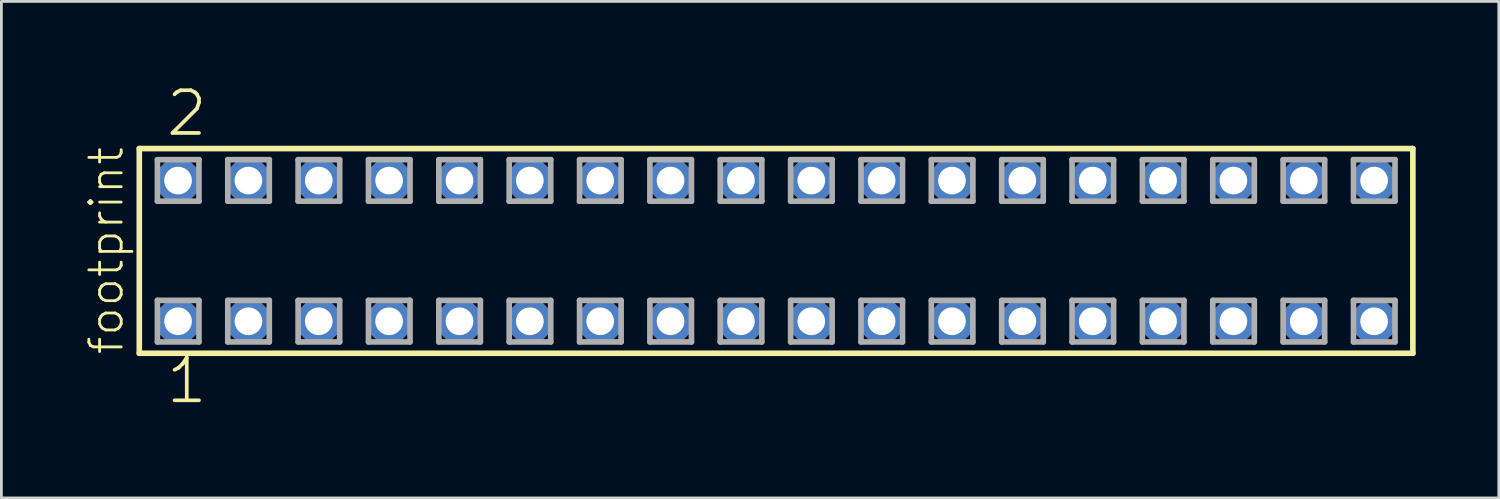
<source format=kicad_pcb>
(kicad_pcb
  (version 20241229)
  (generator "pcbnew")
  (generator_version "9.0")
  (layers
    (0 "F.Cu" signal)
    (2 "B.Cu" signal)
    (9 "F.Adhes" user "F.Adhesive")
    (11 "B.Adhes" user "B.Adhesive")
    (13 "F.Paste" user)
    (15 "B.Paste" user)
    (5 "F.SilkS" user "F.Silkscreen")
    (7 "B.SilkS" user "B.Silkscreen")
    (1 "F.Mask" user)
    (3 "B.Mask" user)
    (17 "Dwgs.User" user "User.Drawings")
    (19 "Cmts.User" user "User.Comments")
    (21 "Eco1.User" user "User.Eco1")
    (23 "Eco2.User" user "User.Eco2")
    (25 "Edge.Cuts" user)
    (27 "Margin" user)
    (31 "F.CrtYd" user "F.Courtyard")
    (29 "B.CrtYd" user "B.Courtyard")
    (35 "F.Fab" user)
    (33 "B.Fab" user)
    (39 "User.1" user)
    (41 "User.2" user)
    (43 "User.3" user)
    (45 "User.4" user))
  (footprint "footprint"
    (layer "F.Cu")
    (at 24.968 6.009)
    (property "Reference" "footprint" (at -23.495 3.81 90) (layer "F.SilkS") (effects (font (size 1.168 1.168) (thickness 0.102)) (justify left bottom)))
    (fp_line (start -22.989 -3.695) (end 22.989 -3.695) (stroke (width 0.203) (type solid)) (layer "F.SilkS"))
    (fp_line (start -22.989 3.695) (end -22.989 -3.695) (stroke (width 0.203) (type solid)) (layer "F.SilkS"))
    (fp_line (start 22.989 -3.695) (end 22.989 3.695) (stroke (width 0.203) (type solid)) (layer "F.SilkS"))
    (fp_line (start 22.989 3.695) (end -22.989 3.695) (stroke (width 0.203) (type solid)) (layer "F.SilkS"))
    (fp_line (start -22.335 -3.295) (end -20.835 -3.295) (stroke (width 0.203) (type solid)) (layer "F.Fab"))
    (fp_line (start -22.335 -1.795) (end -22.335 -3.295) (stroke (width 0.203) (type solid)) (layer "F.Fab"))
    (fp_line (start -22.335 1.785) (end -20.835 1.785) (stroke (width 0.203) (type solid)) (layer "F.Fab"))
    (fp_line (start -22.335 3.285) (end -22.335 1.785) (stroke (width 0.203) (type solid)) (layer "F.Fab"))
    (fp_line (start -20.835 -3.295) (end -20.835 -1.795) (stroke (width 0.203) (type solid)) (layer "F.Fab"))
    (fp_line (start -20.835 -1.795) (end -22.335 -1.795) (stroke (width 0.203) (type solid)) (layer "F.Fab"))
    (fp_line (start -20.835 1.785) (end -20.835 3.285) (stroke (width 0.203) (type solid)) (layer "F.Fab"))
    (fp_line (start -20.835 3.285) (end -22.335 3.285) (stroke (width 0.203) (type solid)) (layer "F.Fab"))
    (fp_line (start -19.795 -3.295) (end -18.295 -3.295) (stroke (width 0.203) (type solid)) (layer "F.Fab"))
    (fp_line (start -19.795 -1.795) (end -19.795 -3.295) (stroke (width 0.203) (type solid)) (layer "F.Fab"))
    (fp_line (start -19.795 1.785) (end -18.295 1.785) (stroke (width 0.203) (type solid)) (layer "F.Fab"))
    (fp_line (start -19.795 3.285) (end -19.795 1.785) (stroke (width 0.203) (type solid)) (layer "F.Fab"))
    (fp_line (start -18.295 -3.295) (end -18.295 -1.795) (stroke (width 0.203) (type solid)) (layer "F.Fab"))
    (fp_line (start -18.295 -1.795) (end -19.795 -1.795) (stroke (width 0.203) (type solid)) (layer "F.Fab"))
    (fp_line (start -18.295 1.785) (end -18.295 3.285) (stroke (width 0.203) (type solid)) (layer "F.Fab"))
    (fp_line (start -18.295 3.285) (end -19.795 3.285) (stroke (width 0.203) (type solid)) (layer "F.Fab"))
    (fp_line (start -17.255 -3.295) (end -15.755 -3.295) (stroke (width 0.203) (type solid)) (layer "F.Fab"))
    (fp_line (start -17.255 -1.795) (end -17.255 -3.295) (stroke (width 0.203) (type solid)) (layer "F.Fab"))
    (fp_line (start -17.255 1.785) (end -15.755 1.785) (stroke (width 0.203) (type solid)) (layer "F.Fab"))
    (fp_line (start -17.255 3.285) (end -17.255 1.785) (stroke (width 0.203) (type solid)) (layer "F.Fab"))
    (fp_line (start -15.755 -3.295) (end -15.755 -1.795) (stroke (width 0.203) (type solid)) (layer "F.Fab"))
    (fp_line (start -15.755 -1.795) (end -17.255 -1.795) (stroke (width 0.203) (type solid)) (layer "F.Fab"))
    (fp_line (start -15.755 1.785) (end -15.755 3.285) (stroke (width 0.203) (type solid)) (layer "F.Fab"))
    (fp_line (start -15.755 3.285) (end -17.255 3.285) (stroke (width 0.203) (type solid)) (layer "F.Fab"))
    (fp_line (start -14.715 -3.295) (end -13.215 -3.295) (stroke (width 0.203) (type solid)) (layer "F.Fab"))
    (fp_line (start -14.715 -1.795) (end -14.715 -3.295) (stroke (width 0.203) (type solid)) (layer "F.Fab"))
    (fp_line (start -14.715 1.785) (end -13.215 1.785) (stroke (width 0.203) (type solid)) (layer "F.Fab"))
    (fp_line (start -14.715 3.285) (end -14.715 1.785) (stroke (width 0.203) (type solid)) (layer "F.Fab"))
    (fp_line (start -13.215 -3.295) (end -13.215 -1.795) (stroke (width 0.203) (type solid)) (layer "F.Fab"))
    (fp_line (start -13.215 -1.795) (end -14.715 -1.795) (stroke (width 0.203) (type solid)) (layer "F.Fab"))
    (fp_line (start -13.215 1.785) (end -13.215 3.285) (stroke (width 0.203) (type solid)) (layer "F.Fab"))
    (fp_line (start -13.215 3.285) (end -14.715 3.285) (stroke (width 0.203) (type solid)) (layer "F.Fab"))
    (fp_line (start -12.175 -3.295) (end -10.675 -3.295) (stroke (width 0.203) (type solid)) (layer "F.Fab"))
    (fp_line (start -12.175 -1.795) (end -12.175 -3.295) (stroke (width 0.203) (type solid)) (layer "F.Fab"))
    (fp_line (start -12.175 1.785) (end -10.675 1.785) (stroke (width 0.203) (type solid)) (layer "F.Fab"))
    (fp_line (start -12.175 3.285) (end -12.175 1.785) (stroke (width 0.203) (type solid)) (layer "F.Fab"))
    (fp_line (start -10.675 -3.295) (end -10.675 -1.795) (stroke (width 0.203) (type solid)) (layer "F.Fab"))
    (fp_line (start -10.675 -1.795) (end -12.175 -1.795) (stroke (width 0.203) (type solid)) (layer "F.Fab"))
    (fp_line (start -10.675 1.785) (end -10.675 3.285) (stroke (width 0.203) (type solid)) (layer "F.Fab"))
    (fp_line (start -10.675 3.285) (end -12.175 3.285) (stroke (width 0.203) (type solid)) (layer "F.Fab"))
    (fp_line (start -9.635 -3.295) (end -8.135 -3.295) (stroke (width 0.203) (type solid)) (layer "F.Fab"))
    (fp_line (start -9.635 -1.795) (end -9.635 -3.295) (stroke (width 0.203) (type solid)) (layer "F.Fab"))
    (fp_line (start -9.635 1.785) (end -8.135 1.785) (stroke (width 0.203) (type solid)) (layer "F.Fab"))
    (fp_line (start -9.635 3.285) (end -9.635 1.785) (stroke (width 0.203) (type solid)) (layer "F.Fab"))
    (fp_line (start -8.135 -3.295) (end -8.135 -1.795) (stroke (width 0.203) (type solid)) (layer "F.Fab"))
    (fp_line (start -8.135 -1.795) (end -9.635 -1.795) (stroke (width 0.203) (type solid)) (layer "F.Fab"))
    (fp_line (start -8.135 1.785) (end -8.135 3.285) (stroke (width 0.203) (type solid)) (layer "F.Fab"))
    (fp_line (start -8.135 3.285) (end -9.635 3.285) (stroke (width 0.203) (type solid)) (layer "F.Fab"))
    (fp_line (start -7.095 -3.295) (end -5.595 -3.295) (stroke (width 0.203) (type solid)) (layer "F.Fab"))
    (fp_line (start -7.095 -1.795) (end -7.095 -3.295) (stroke (width 0.203) (type solid)) (layer "F.Fab"))
    (fp_line (start -7.095 1.785) (end -5.595 1.785) (stroke (width 0.203) (type solid)) (layer "F.Fab"))
    (fp_line (start -7.095 3.285) (end -7.095 1.785) (stroke (width 0.203) (type solid)) (layer "F.Fab"))
    (fp_line (start -5.595 -3.295) (end -5.595 -1.795) (stroke (width 0.203) (type solid)) (layer "F.Fab"))
    (fp_line (start -5.595 -1.795) (end -7.095 -1.795) (stroke (width 0.203) (type solid)) (layer "F.Fab"))
    (fp_line (start -5.595 1.785) (end -5.595 3.285) (stroke (width 0.203) (type solid)) (layer "F.Fab"))
    (fp_line (start -5.595 3.285) (end -7.095 3.285) (stroke (width 0.203) (type solid)) (layer "F.Fab"))
    (fp_line (start -4.555 -3.295) (end -3.055 -3.295) (stroke (width 0.203) (type solid)) (layer "F.Fab"))
    (fp_line (start -4.555 -1.795) (end -4.555 -3.295) (stroke (width 0.203) (type solid)) (layer "F.Fab"))
    (fp_line (start -4.555 1.785) (end -3.055 1.785) (stroke (width 0.203) (type solid)) (layer "F.Fab"))
    (fp_line (start -4.555 3.285) (end -4.555 1.785) (stroke (width 0.203) (type solid)) (layer "F.Fab"))
    (fp_line (start -3.055 -3.295) (end -3.055 -1.795) (stroke (width 0.203) (type solid)) (layer "F.Fab"))
    (fp_line (start -3.055 -1.795) (end -4.555 -1.795) (stroke (width 0.203) (type solid)) (layer "F.Fab"))
    (fp_line (start -3.055 1.785) (end -3.055 3.285) (stroke (width 0.203) (type solid)) (layer "F.Fab"))
    (fp_line (start -3.055 3.285) (end -4.555 3.285) (stroke (width 0.203) (type solid)) (layer "F.Fab"))
    (fp_line (start -2.015 -3.295) (end -0.515 -3.295) (stroke (width 0.203) (type solid)) (layer "F.Fab"))
    (fp_line (start -2.015 -1.795) (end -2.015 -3.295) (stroke (width 0.203) (type solid)) (layer "F.Fab"))
    (fp_line (start -2.015 1.785) (end -0.515 1.785) (stroke (width 0.203) (type solid)) (layer "F.Fab"))
    (fp_line (start -2.015 3.285) (end -2.015 1.785) (stroke (width 0.203) (type solid)) (layer "F.Fab"))
    (fp_line (start -0.515 -3.295) (end -0.515 -1.795) (stroke (width 0.203) (type solid)) (layer "F.Fab"))
    (fp_line (start -0.515 -1.795) (end -2.015 -1.795) (stroke (width 0.203) (type solid)) (layer "F.Fab"))
    (fp_line (start -0.515 1.785) (end -0.515 3.285) (stroke (width 0.203) (type solid)) (layer "F.Fab"))
    (fp_line (start -0.515 3.285) (end -2.015 3.285) (stroke (width 0.203) (type solid)) (layer "F.Fab"))
    (fp_line (start 0.525 -3.295) (end 2.025 -3.295) (stroke (width 0.203) (type solid)) (layer "F.Fab"))
    (fp_line (start 0.525 -1.795) (end 0.525 -3.295) (stroke (width 0.203) (type solid)) (layer "F.Fab"))
    (fp_line (start 0.525 1.785) (end 2.025 1.785) (stroke (width 0.203) (type solid)) (layer "F.Fab"))
    (fp_line (start 0.525 3.285) (end 0.525 1.785) (stroke (width 0.203) (type solid)) (layer "F.Fab"))
    (fp_line (start 2.025 -3.295) (end 2.025 -1.795) (stroke (width 0.203) (type solid)) (layer "F.Fab"))
    (fp_line (start 2.025 -1.795) (end 0.525 -1.795) (stroke (width 0.203) (type solid)) (layer "F.Fab"))
    (fp_line (start 2.025 1.785) (end 2.025 3.285) (stroke (width 0.203) (type solid)) (layer "F.Fab"))
    (fp_line (start 2.025 3.285) (end 0.525 3.285) (stroke (width 0.203) (type solid)) (layer "F.Fab"))
    (fp_line (start 3.065 -3.295) (end 4.565 -3.295) (stroke (width 0.203) (type solid)) (layer "F.Fab"))
    (fp_line (start 3.065 -1.795) (end 3.065 -3.295) (stroke (width 0.203) (type solid)) (layer "F.Fab"))
    (fp_line (start 3.065 1.785) (end 4.565 1.785) (stroke (width 0.203) (type solid)) (layer "F.Fab"))
    (fp_line (start 3.065 3.285) (end 3.065 1.785) (stroke (width 0.203) (type solid)) (layer "F.Fab"))
    (fp_line (start 4.565 -3.295) (end 4.565 -1.795) (stroke (width 0.203) (type solid)) (layer "F.Fab"))
    (fp_line (start 4.565 -1.795) (end 3.065 -1.795) (stroke (width 0.203) (type solid)) (layer "F.Fab"))
    (fp_line (start 4.565 1.785) (end 4.565 3.285) (stroke (width 0.203) (type solid)) (layer "F.Fab"))
    (fp_line (start 4.565 3.285) (end 3.065 3.285) (stroke (width 0.203) (type solid)) (layer "F.Fab"))
    (fp_line (start 5.605 -3.295) (end 7.105 -3.295) (stroke (width 0.203) (type solid)) (layer "F.Fab"))
    (fp_line (start 5.605 -1.795) (end 5.605 -3.295) (stroke (width 0.203) (type solid)) (layer "F.Fab"))
    (fp_line (start 5.605 1.785) (end 7.105 1.785) (stroke (width 0.203) (type solid)) (layer "F.Fab"))
    (fp_line (start 5.605 3.285) (end 5.605 1.785) (stroke (width 0.203) (type solid)) (layer "F.Fab"))
    (fp_line (start 7.105 -3.295) (end 7.105 -1.795) (stroke (width 0.203) (type solid)) (layer "F.Fab"))
    (fp_line (start 7.105 -1.795) (end 5.605 -1.795) (stroke (width 0.203) (type solid)) (layer "F.Fab"))
    (fp_line (start 7.105 1.785) (end 7.105 3.285) (stroke (width 0.203) (type solid)) (layer "F.Fab"))
    (fp_line (start 7.105 3.285) (end 5.605 3.285) (stroke (width 0.203) (type solid)) (layer "F.Fab"))
    (fp_line (start 8.145 -3.295) (end 9.645 -3.295) (stroke (width 0.203) (type solid)) (layer "F.Fab"))
    (fp_line (start 8.145 -1.795) (end 8.145 -3.295) (stroke (width 0.203) (type solid)) (layer "F.Fab"))
    (fp_line (start 8.145 1.785) (end 9.645 1.785) (stroke (width 0.203) (type solid)) (layer "F.Fab"))
    (fp_line (start 8.145 3.285) (end 8.145 1.785) (stroke (width 0.203) (type solid)) (layer "F.Fab"))
    (fp_line (start 9.645 -3.295) (end 9.645 -1.795) (stroke (width 0.203) (type solid)) (layer "F.Fab"))
    (fp_line (start 9.645 -1.795) (end 8.145 -1.795) (stroke (width 0.203) (type solid)) (layer "F.Fab"))
    (fp_line (start 9.645 1.785) (end 9.645 3.285) (stroke (width 0.203) (type solid)) (layer "F.Fab"))
    (fp_line (start 9.645 3.285) (end 8.145 3.285) (stroke (width 0.203) (type solid)) (layer "F.Fab"))
    (fp_line (start 10.685 -3.295) (end 12.185 -3.295) (stroke (width 0.203) (type solid)) (layer "F.Fab"))
    (fp_line (start 10.685 -1.795) (end 10.685 -3.295) (stroke (width 0.203) (type solid)) (layer "F.Fab"))
    (fp_line (start 10.685 1.785) (end 12.185 1.785) (stroke (width 0.203) (type solid)) (layer "F.Fab"))
    (fp_line (start 10.685 3.285) (end 10.685 1.785) (stroke (width 0.203) (type solid)) (layer "F.Fab"))
    (fp_line (start 12.185 -3.295) (end 12.185 -1.795) (stroke (width 0.203) (type solid)) (layer "F.Fab"))
    (fp_line (start 12.185 -1.795) (end 10.685 -1.795) (stroke (width 0.203) (type solid)) (layer "F.Fab"))
    (fp_line (start 12.185 1.785) (end 12.185 3.285) (stroke (width 0.203) (type solid)) (layer "F.Fab"))
    (fp_line (start 12.185 3.285) (end 10.685 3.285) (stroke (width 0.203) (type solid)) (layer "F.Fab"))
    (fp_line (start 13.225 -3.295) (end 14.725 -3.295) (stroke (width 0.203) (type solid)) (layer "F.Fab"))
    (fp_line (start 13.225 -1.795) (end 13.225 -3.295) (stroke (width 0.203) (type solid)) (layer "F.Fab"))
    (fp_line (start 13.225 1.785) (end 14.725 1.785) (stroke (width 0.203) (type solid)) (layer "F.Fab"))
    (fp_line (start 13.225 3.285) (end 13.225 1.785) (stroke (width 0.203) (type solid)) (layer "F.Fab"))
    (fp_line (start 14.725 -3.295) (end 14.725 -1.795) (stroke (width 0.203) (type solid)) (layer "F.Fab"))
    (fp_line (start 14.725 -1.795) (end 13.225 -1.795) (stroke (width 0.203) (type solid)) (layer "F.Fab"))
    (fp_line (start 14.725 1.785) (end 14.725 3.285) (stroke (width 0.203) (type solid)) (layer "F.Fab"))
    (fp_line (start 14.725 3.285) (end 13.225 3.285) (stroke (width 0.203) (type solid)) (layer "F.Fab"))
    (fp_line (start 15.765 -3.295) (end 17.265 -3.295) (stroke (width 0.203) (type solid)) (layer "F.Fab"))
    (fp_line (start 15.765 -1.795) (end 15.765 -3.295) (stroke (width 0.203) (type solid)) (layer "F.Fab"))
    (fp_line (start 15.765 1.785) (end 17.265 1.785) (stroke (width 0.203) (type solid)) (layer "F.Fab"))
    (fp_line (start 15.765 3.285) (end 15.765 1.785) (stroke (width 0.203) (type solid)) (layer "F.Fab"))
    (fp_line (start 17.265 -3.295) (end 17.265 -1.795) (stroke (width 0.203) (type solid)) (layer "F.Fab"))
    (fp_line (start 17.265 -1.795) (end 15.765 -1.795) (stroke (width 0.203) (type solid)) (layer "F.Fab"))
    (fp_line (start 17.265 1.785) (end 17.265 3.285) (stroke (width 0.203) (type solid)) (layer "F.Fab"))
    (fp_line (start 17.265 3.285) (end 15.765 3.285) (stroke (width 0.203) (type solid)) (layer "F.Fab"))
    (fp_line (start 18.305 -3.295) (end 19.805 -3.295) (stroke (width 0.203) (type solid)) (layer "F.Fab"))
    (fp_line (start 18.305 -1.795) (end 18.305 -3.295) (stroke (width 0.203) (type solid)) (layer "F.Fab"))
    (fp_line (start 18.305 1.785) (end 19.805 1.785) (stroke (width 0.203) (type solid)) (layer "F.Fab"))
    (fp_line (start 18.305 3.285) (end 18.305 1.785) (stroke (width 0.203) (type solid)) (layer "F.Fab"))
    (fp_line (start 19.805 -3.295) (end 19.805 -1.795) (stroke (width 0.203) (type solid)) (layer "F.Fab"))
    (fp_line (start 19.805 -1.795) (end 18.305 -1.795) (stroke (width 0.203) (type solid)) (layer "F.Fab"))
    (fp_line (start 19.805 1.785) (end 19.805 3.285) (stroke (width 0.203) (type solid)) (layer "F.Fab"))
    (fp_line (start 19.805 3.285) (end 18.305 3.285) (stroke (width 0.203) (type solid)) (layer "F.Fab"))
    (fp_line (start 20.845 -3.295) (end 22.345 -3.295) (stroke (width 0.203) (type solid)) (layer "F.Fab"))
    (fp_line (start 20.845 -1.795) (end 20.845 -3.295) (stroke (width 0.203) (type solid)) (layer "F.Fab"))
    (fp_line (start 20.845 1.785) (end 22.345 1.785) (stroke (width 0.203) (type solid)) (layer "F.Fab"))
    (fp_line (start 20.845 3.285) (end 20.845 1.785) (stroke (width 0.203) (type solid)) (layer "F.Fab"))
    (fp_line (start 22.345 -3.295) (end 22.345 -1.795) (stroke (width 0.203) (type solid)) (layer "F.Fab"))
    (fp_line (start 22.345 -1.795) (end 20.845 -1.795) (stroke (width 0.203) (type solid)) (layer "F.Fab"))
    (fp_line (start 22.345 1.785) (end 22.345 3.285) (stroke (width 0.203) (type solid)) (layer "F.Fab"))
    (fp_line (start 22.345 3.285) (end 20.845 3.285) (stroke (width 0.203) (type solid)) (layer "F.Fab"))
    (fp_text user "2" (at -22.098 -4.064 0) (layer "F.SilkS") (effects (font (size 1.542 1.542) (thickness 0.134)) (justify left bottom)))
    (fp_text user "1" (at -22.098 5.588 0) (layer "F.SilkS") (effects (font (size 1.542 1.542) (thickness 0.134)) (justify left bottom)))
    (pad "1" thru_hole roundrect (at -21.59 2.54) (size 1.5 1.5) (drill 1) (layers "*.Cu" "*.Mask") (roundrect_rratio 0.25) (chamfer_ratio 0.25) (chamfer top_left top_right bottom_left bottom_right))
    (pad "2" thru_hole roundrect (at -21.59 -2.54) (size 1.5 1.5) (drill 1) (layers "*.Cu" "*.Mask") (roundrect_rratio 0.25) (chamfer_ratio 0.25) (chamfer top_left top_right bottom_left bottom_right))
    (pad "3" thru_hole roundrect (at -19.05 2.54) (size 1.5 1.5) (drill 1) (layers "*.Cu" "*.Mask") (roundrect_rratio 0.25) (chamfer_ratio 0.25) (chamfer top_left top_right bottom_left bottom_right))
    (pad "4" thru_hole roundrect (at -19.05 -2.54) (size 1.5 1.5) (drill 1) (layers "*.Cu" "*.Mask") (roundrect_rratio 0.25) (chamfer_ratio 0.25) (chamfer top_left top_right bottom_left bottom_right))
    (pad "5" thru_hole roundrect (at -16.51 2.54) (size 1.5 1.5) (drill 1) (layers "*.Cu" "*.Mask") (roundrect_rratio 0.25) (chamfer_ratio 0.25) (chamfer top_left top_right bottom_left bottom_right))
    (pad "6" thru_hole roundrect (at -16.51 -2.54) (size 1.5 1.5) (drill 1) (layers "*.Cu" "*.Mask") (roundrect_rratio 0.25) (chamfer_ratio 0.25) (chamfer top_left top_right bottom_left bottom_right))
    (pad "7" thru_hole roundrect (at -13.97 2.54) (size 1.5 1.5) (drill 1) (layers "*.Cu" "*.Mask") (roundrect_rratio 0.25) (chamfer_ratio 0.25) (chamfer top_left top_right bottom_left bottom_right))
    (pad "8" thru_hole roundrect (at -13.97 -2.54) (size 1.5 1.5) (drill 1) (layers "*.Cu" "*.Mask") (roundrect_rratio 0.25) (chamfer_ratio 0.25) (chamfer top_left top_right bottom_left bottom_right))
    (pad "9" thru_hole roundrect (at -11.43 2.54) (size 1.5 1.5) (drill 1) (layers "*.Cu" "*.Mask") (roundrect_rratio 0.25) (chamfer_ratio 0.25) (chamfer top_left top_right bottom_left bottom_right))
    (pad "10" thru_hole roundrect (at -11.43 -2.54) (size 1.5 1.5) (drill 1) (layers "*.Cu" "*.Mask") (roundrect_rratio 0.25) (chamfer_ratio 0.25) (chamfer top_left top_right bottom_left bottom_right))
    (pad "11" thru_hole roundrect (at -8.89 2.54) (size 1.5 1.5) (drill 1) (layers "*.Cu" "*.Mask") (roundrect_rratio 0.25) (chamfer_ratio 0.25) (chamfer top_left top_right bottom_left bottom_right))
    (pad "12" thru_hole roundrect (at -8.89 -2.54) (size 1.5 1.5) (drill 1) (layers "*.Cu" "*.Mask") (roundrect_rratio 0.25) (chamfer_ratio 0.25) (chamfer top_left top_right bottom_left bottom_right))
    (pad "13" thru_hole roundrect (at -6.35 2.54) (size 1.5 1.5) (drill 1) (layers "*.Cu" "*.Mask") (roundrect_rratio 0.25) (chamfer_ratio 0.25) (chamfer top_left top_right bottom_left bottom_right))
    (pad "14" thru_hole roundrect (at -6.35 -2.54) (size 1.5 1.5) (drill 1) (layers "*.Cu" "*.Mask") (roundrect_rratio 0.25) (chamfer_ratio 0.25) (chamfer top_left top_right bottom_left bottom_right))
    (pad "15" thru_hole roundrect (at -3.81 2.54) (size 1.5 1.5) (drill 1) (layers "*.Cu" "*.Mask") (roundrect_rratio 0.25) (chamfer_ratio 0.25) (chamfer top_left top_right bottom_left bottom_right))
    (pad "16" thru_hole roundrect (at -3.81 -2.54) (size 1.5 1.5) (drill 1) (layers "*.Cu" "*.Mask") (roundrect_rratio 0.25) (chamfer_ratio 0.25) (chamfer top_left top_right bottom_left bottom_right))
    (pad "17" thru_hole roundrect (at -1.27 2.54) (size 1.5 1.5) (drill 1) (layers "*.Cu" "*.Mask") (roundrect_rratio 0.25) (chamfer_ratio 0.25) (chamfer top_left top_right bottom_left bottom_right))
    (pad "18" thru_hole roundrect (at -1.27 -2.54) (size 1.5 1.5) (drill 1) (layers "*.Cu" "*.Mask") (roundrect_rratio 0.25) (chamfer_ratio 0.25) (chamfer top_left top_right bottom_left bottom_right))
    (pad "19" thru_hole roundrect (at 1.27 2.54) (size 1.5 1.5) (drill 1) (layers "*.Cu" "*.Mask") (roundrect_rratio 0.25) (chamfer_ratio 0.25) (chamfer top_left top_right bottom_left bottom_right))
    (pad "20" thru_hole roundrect (at 1.27 -2.54) (size 1.5 1.5) (drill 1) (layers "*.Cu" "*.Mask") (roundrect_rratio 0.25) (chamfer_ratio 0.25) (chamfer top_left top_right bottom_left bottom_right))
    (pad "21" thru_hole roundrect (at 3.81 2.54) (size 1.5 1.5) (drill 1) (layers "*.Cu" "*.Mask") (roundrect_rratio 0.25) (chamfer_ratio 0.25) (chamfer top_left top_right bottom_left bottom_right))
    (pad "22" thru_hole roundrect (at 3.81 -2.54) (size 1.5 1.5) (drill 1) (layers "*.Cu" "*.Mask") (roundrect_rratio 0.25) (chamfer_ratio 0.25) (chamfer top_left top_right bottom_left bottom_right))
    (pad "23" thru_hole roundrect (at 6.35 2.54) (size 1.5 1.5) (drill 1) (layers "*.Cu" "*.Mask") (roundrect_rratio 0.25) (chamfer_ratio 0.25) (chamfer top_left top_right bottom_left bottom_right))
    (pad "24" thru_hole roundrect (at 6.35 -2.54) (size 1.5 1.5) (drill 1) (layers "*.Cu" "*.Mask") (roundrect_rratio 0.25) (chamfer_ratio 0.25) (chamfer top_left top_right bottom_left bottom_right))
    (pad "25" thru_hole roundrect (at 8.89 2.54) (size 1.5 1.5) (drill 1) (layers "*.Cu" "*.Mask") (roundrect_rratio 0.25) (chamfer_ratio 0.25) (chamfer top_left top_right bottom_left bottom_right))
    (pad "26" thru_hole roundrect (at 8.89 -2.54) (size 1.5 1.5) (drill 1) (layers "*.Cu" "*.Mask") (roundrect_rratio 0.25) (chamfer_ratio 0.25) (chamfer top_left top_right bottom_left bottom_right))
    (pad "27" thru_hole roundrect (at 11.43 2.54) (size 1.5 1.5) (drill 1) (layers "*.Cu" "*.Mask") (roundrect_rratio 0.25) (chamfer_ratio 0.25) (chamfer top_left top_right bottom_left bottom_right))
    (pad "28" thru_hole roundrect (at 11.43 -2.54) (size 1.5 1.5) (drill 1) (layers "*.Cu" "*.Mask") (roundrect_rratio 0.25) (chamfer_ratio 0.25) (chamfer top_left top_right bottom_left bottom_right))
    (pad "29" thru_hole roundrect (at 13.97 2.54) (size 1.5 1.5) (drill 1) (layers "*.Cu" "*.Mask") (roundrect_rratio 0.25) (chamfer_ratio 0.25) (chamfer top_left top_right bottom_left bottom_right))
    (pad "30" thru_hole roundrect (at 13.97 -2.54) (size 1.5 1.5) (drill 1) (layers "*.Cu" "*.Mask") (roundrect_rratio 0.25) (chamfer_ratio 0.25) (chamfer top_left top_right bottom_left bottom_right))
    (pad "31" thru_hole roundrect (at 16.51 2.54) (size 1.5 1.5) (drill 1) (layers "*.Cu" "*.Mask") (roundrect_rratio 0.25) (chamfer_ratio 0.25) (chamfer top_left top_right bottom_left bottom_right))
    (pad "32" thru_hole roundrect (at 16.51 -2.54) (size 1.5 1.5) (drill 1) (layers "*.Cu" "*.Mask") (roundrect_rratio 0.25) (chamfer_ratio 0.25) (chamfer top_left top_right bottom_left bottom_right))
    (pad "33" thru_hole roundrect (at 19.05 2.54) (size 1.5 1.5) (drill 1) (layers "*.Cu" "*.Mask") (roundrect_rratio 0.25) (chamfer_ratio 0.25) (chamfer top_left top_right bottom_left bottom_right))
    (pad "34" thru_hole roundrect (at 19.05 -2.54) (size 1.5 1.5) (drill 1) (layers "*.Cu" "*.Mask") (roundrect_rratio 0.25) (chamfer_ratio 0.25) (chamfer top_left top_right bottom_left bottom_right))
    (pad "35" thru_hole roundrect (at 21.59 2.54) (size 1.5 1.5) (drill 1) (layers "*.Cu" "*.Mask") (roundrect_rratio 0.25) (chamfer_ratio 0.25) (chamfer top_left top_right bottom_left bottom_right))
    (pad "36" thru_hole roundrect (at 21.59 -2.54) (size 1.5 1.5) (drill 1) (layers "*.Cu" "*.Mask") (roundrect_rratio 0.25) (chamfer_ratio 0.25) (chamfer top_left top_right bottom_left bottom_right)))
  (gr_rect
    (start -3 -3)
    (end 51.059 14.927)
    (stroke (width 0.1) (type default))
    (fill no)
    (layer "Edge.Cuts")))
</source>
